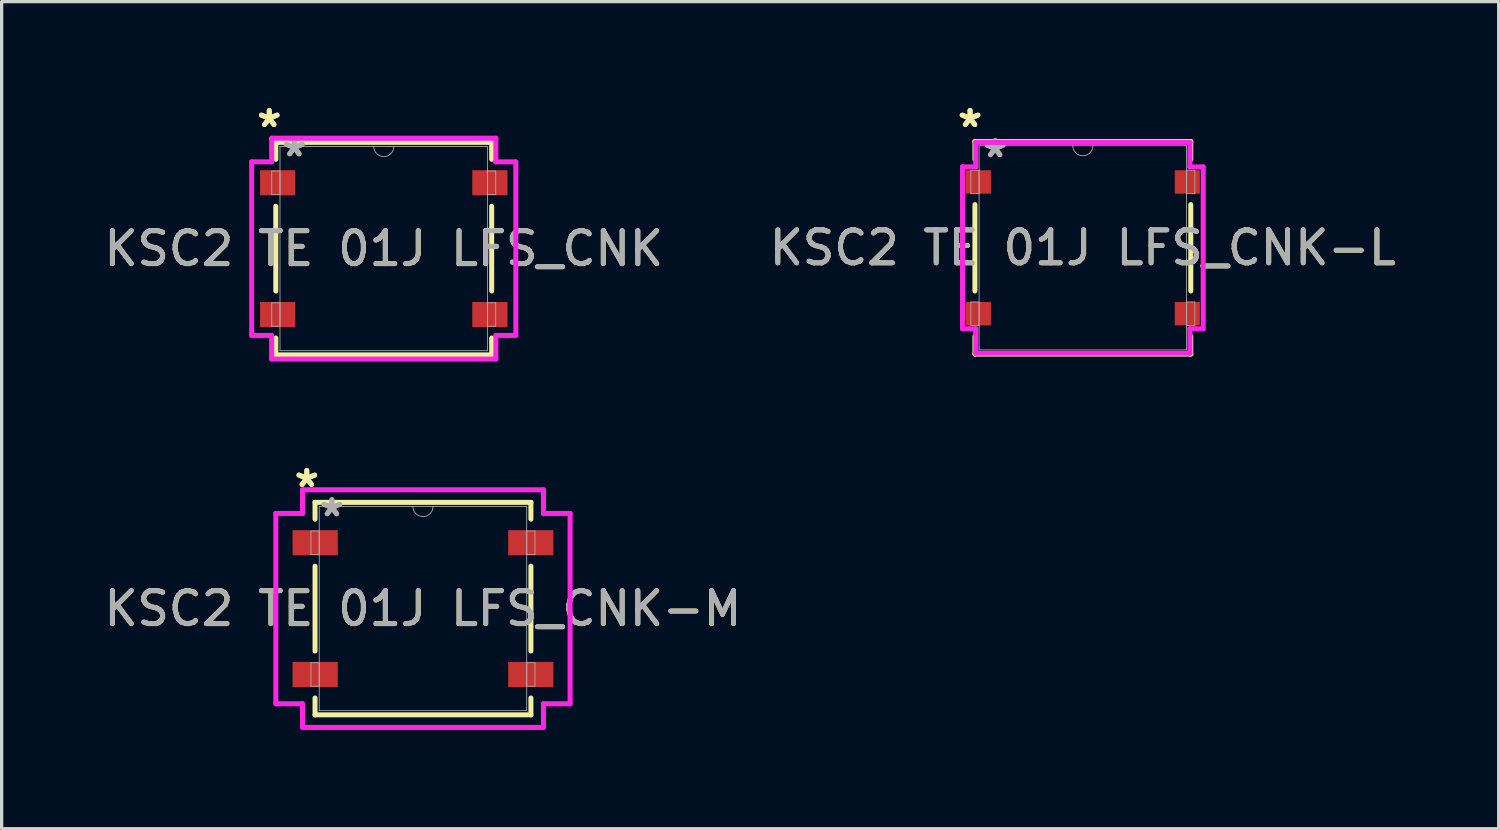
<source format=kicad_pcb>
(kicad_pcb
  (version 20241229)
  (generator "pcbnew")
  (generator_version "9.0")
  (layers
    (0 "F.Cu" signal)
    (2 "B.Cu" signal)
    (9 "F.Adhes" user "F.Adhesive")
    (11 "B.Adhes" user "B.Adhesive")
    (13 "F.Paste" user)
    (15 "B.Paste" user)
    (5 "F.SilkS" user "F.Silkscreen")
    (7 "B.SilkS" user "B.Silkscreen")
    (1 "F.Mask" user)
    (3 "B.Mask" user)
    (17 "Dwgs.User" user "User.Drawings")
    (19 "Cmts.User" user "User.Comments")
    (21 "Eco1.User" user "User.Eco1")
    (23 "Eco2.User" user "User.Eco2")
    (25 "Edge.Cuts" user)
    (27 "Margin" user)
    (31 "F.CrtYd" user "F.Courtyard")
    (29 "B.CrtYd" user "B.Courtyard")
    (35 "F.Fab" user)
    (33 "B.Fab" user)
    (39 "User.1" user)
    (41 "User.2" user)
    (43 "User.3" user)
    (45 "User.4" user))
  (footprint "KSC2 TE 01J LFS_CNK"
    (layer "F.Cu")
    (at 8.601 4.499)
    (property "Reference" "KSC2 TE 01J LFS_CNK" (at 0 0 0) (unlocked yes) (layer "F.SilkS") (effects (font (size 1 1) (thickness 0.15))))
    (attr smd)
    (fp_line (start -3.277 -3.226) (end -3.277 -2.714) (stroke (width 0.152) (type solid)) (layer "F.SilkS"))
    (fp_line (start -3.277 -1.286) (end -3.277 1.286) (stroke (width 0.152) (type solid)) (layer "F.SilkS"))
    (fp_line (start -3.277 2.714) (end -3.277 3.226) (stroke (width 0.152) (type solid)) (layer "F.SilkS"))
    (fp_line (start -3.277 3.226) (end 3.277 3.226) (stroke (width 0.152) (type solid)) (layer "F.SilkS"))
    (fp_line (start 3.277 -3.226) (end -3.277 -3.226) (stroke (width 0.152) (type solid)) (layer "F.SilkS"))
    (fp_line (start 3.277 -2.714) (end 3.277 -3.226) (stroke (width 0.152) (type solid)) (layer "F.SilkS"))
    (fp_line (start 3.277 1.286) (end 3.277 -1.286) (stroke (width 0.152) (type solid)) (layer "F.SilkS"))
    (fp_line (start 3.277 3.226) (end 3.277 2.714) (stroke (width 0.152) (type solid)) (layer "F.SilkS"))
    (fp_line (start -4.01 -2.635) (end -3.404 -2.635) (stroke (width 0.152) (type solid)) (layer "F.CrtYd"))
    (fp_line (start -4.01 2.635) (end -4.01 -2.635) (stroke (width 0.152) (type solid)) (layer "F.CrtYd"))
    (fp_line (start -4.01 2.635) (end -3.404 2.635) (stroke (width 0.152) (type solid)) (layer "F.CrtYd"))
    (fp_line (start -3.404 -3.353) (end 3.404 -3.353) (stroke (width 0.152) (type solid)) (layer "F.CrtYd"))
    (fp_line (start -3.404 -2.635) (end -3.404 -3.353) (stroke (width 0.152) (type solid)) (layer "F.CrtYd"))
    (fp_line (start -3.404 3.353) (end -3.404 2.635) (stroke (width 0.152) (type solid)) (layer "F.CrtYd"))
    (fp_line (start 3.404 -3.353) (end 3.404 -2.635) (stroke (width 0.152) (type solid)) (layer "F.CrtYd"))
    (fp_line (start 3.404 2.635) (end 3.404 3.353) (stroke (width 0.152) (type solid)) (layer "F.CrtYd"))
    (fp_line (start 3.404 3.353) (end -3.404 3.353) (stroke (width 0.152) (type solid)) (layer "F.CrtYd"))
    (fp_line (start 4.01 -2.635) (end 3.404 -2.635) (stroke (width 0.152) (type solid)) (layer "F.CrtYd"))
    (fp_line (start 4.01 -2.635) (end 4.01 2.635) (stroke (width 0.152) (type solid)) (layer "F.CrtYd"))
    (fp_line (start 4.01 2.635) (end 3.404 2.635) (stroke (width 0.152) (type solid)) (layer "F.CrtYd"))
    (fp_line (start -3.4 -2.356) (end -3.4 -1.644) (stroke (width 0.025) (type solid)) (layer "F.Fab"))
    (fp_line (start -3.4 -1.644) (end -3.15 -1.644) (stroke (width 0.025) (type solid)) (layer "F.Fab"))
    (fp_line (start -3.4 1.644) (end -3.4 2.356) (stroke (width 0.025) (type solid)) (layer "F.Fab"))
    (fp_line (start -3.4 2.356) (end -3.15 2.356) (stroke (width 0.025) (type solid)) (layer "F.Fab"))
    (fp_line (start -3.15 -3.099) (end -3.15 3.099) (stroke (width 0.025) (type solid)) (layer "F.Fab"))
    (fp_line (start -3.15 -2.356) (end -3.4 -2.356) (stroke (width 0.025) (type solid)) (layer "F.Fab"))
    (fp_line (start -3.15 -1.644) (end -3.15 -2.356) (stroke (width 0.025) (type solid)) (layer "F.Fab"))
    (fp_line (start -3.15 1.644) (end -3.4 1.644) (stroke (width 0.025) (type solid)) (layer "F.Fab"))
    (fp_line (start -3.15 2.356) (end -3.15 1.644) (stroke (width 0.025) (type solid)) (layer "F.Fab"))
    (fp_line (start -3.15 3.099) (end 3.15 3.099) (stroke (width 0.025) (type solid)) (layer "F.Fab"))
    (fp_line (start 3.15 -3.099) (end -3.15 -3.099) (stroke (width 0.025) (type solid)) (layer "F.Fab"))
    (fp_line (start 3.15 -2.356) (end 3.15 -1.644) (stroke (width 0.025) (type solid)) (layer "F.Fab"))
    (fp_line (start 3.15 -1.644) (end 3.4 -1.644) (stroke (width 0.025) (type solid)) (layer "F.Fab"))
    (fp_line (start 3.15 1.644) (end 3.15 2.356) (stroke (width 0.025) (type solid)) (layer "F.Fab"))
    (fp_line (start 3.15 2.356) (end 3.4 2.356) (stroke (width 0.025) (type solid)) (layer "F.Fab"))
    (fp_line (start 3.15 3.099) (end 3.15 -3.099) (stroke (width 0.025) (type solid)) (layer "F.Fab"))
    (fp_line (start 3.4 -2.356) (end 3.15 -2.356) (stroke (width 0.025) (type solid)) (layer "F.Fab"))
    (fp_line (start 3.4 -1.644) (end 3.4 -2.356) (stroke (width 0.025) (type solid)) (layer "F.Fab"))
    (fp_line (start 3.4 1.644) (end 3.15 1.644) (stroke (width 0.025) (type solid)) (layer "F.Fab"))
    (fp_line (start 3.4 2.356) (end 3.4 1.644) (stroke (width 0.025) (type solid)) (layer "F.Fab"))
    (fp_arc (start 0.3048 -3.0988) (mid 0 -2.794) (end -0.3048 -3.0988) (stroke (width 0.0254) (type solid)) (layer "F.Fab"))
    (fp_text user "*" (at -3.476 -3.651 0) (unlocked yes) (layer "F.SilkS") (effects (font (size 1 1) (thickness 0.15))))
    (fp_text user "*" (at -3.476 -3.651 0) (layer "F.SilkS") (effects (font (size 1 1) (thickness 0.15))))
    (fp_text user "*" (at -2.714 -2.762 0) (layer "F.Fab") (effects (font (size 1 1) (thickness 0.15))))
    (fp_text user "${REFERENCE}" (at 0 0 0) (unlocked yes) (layer "F.Fab") (effects (font (size 1 1) (thickness 0.15))))
    (fp_text user "*" (at -2.714 -2.762 0) (unlocked yes) (layer "F.Fab") (effects (font (size 1 1) (thickness 0.15))))
    (pad "1" smd rect (at -3.222 -2) (size 1.067 0.762) (layers "F.Cu" "F.Mask" "F.Paste"))
    (pad "2" smd rect (at -3.222 2) (size 1.067 0.762) (layers "F.Cu" "F.Mask" "F.Paste"))
    (pad "3" smd rect (at 3.222 2) (size 1.067 0.762) (layers "F.Cu" "F.Mask" "F.Paste"))
    (pad "4" smd rect (at 3.222 -2) (size 1.067 0.762) (layers "F.Cu" "F.Mask" "F.Paste")))
  (footprint "KSC2 TE 01J LFS_CNK-M"
    (layer "F.Cu")
    (at 9.792 15.428)
    (property "Reference" "KSC2 TE 01J LFS_CNK-M" (at 0 0 0) (unlocked yes) (layer "F.SilkS") (effects (font (size 1 1) (thickness 0.15))))
    (attr smd)
    (fp_line (start -3.277 -3.226) (end -3.277 -2.714) (stroke (width 0.152) (type solid)) (layer "F.SilkS"))
    (fp_line (start -3.277 -1.286) (end -3.277 1.286) (stroke (width 0.152) (type solid)) (layer "F.SilkS"))
    (fp_line (start -3.277 2.714) (end -3.277 3.226) (stroke (width 0.152) (type solid)) (layer "F.SilkS"))
    (fp_line (start -3.277 3.226) (end 3.277 3.226) (stroke (width 0.152) (type solid)) (layer "F.SilkS"))
    (fp_line (start 3.277 -3.226) (end -3.277 -3.226) (stroke (width 0.152) (type solid)) (layer "F.SilkS"))
    (fp_line (start 3.277 -2.714) (end 3.277 -3.226) (stroke (width 0.152) (type solid)) (layer "F.SilkS"))
    (fp_line (start 3.277 1.286) (end 3.277 -1.286) (stroke (width 0.152) (type solid)) (layer "F.SilkS"))
    (fp_line (start 3.277 3.226) (end 3.277 2.714) (stroke (width 0.152) (type solid)) (layer "F.SilkS"))
    (fp_line (start -4.467 -2.889) (end -3.658 -2.889) (stroke (width 0.152) (type solid)) (layer "F.CrtYd"))
    (fp_line (start -4.467 2.889) (end -4.467 -2.889) (stroke (width 0.152) (type solid)) (layer "F.CrtYd"))
    (fp_line (start -4.467 2.889) (end -3.658 2.889) (stroke (width 0.152) (type solid)) (layer "F.CrtYd"))
    (fp_line (start -3.658 -3.607) (end 3.658 -3.607) (stroke (width 0.152) (type solid)) (layer "F.CrtYd"))
    (fp_line (start -3.658 -2.889) (end -3.658 -3.607) (stroke (width 0.152) (type solid)) (layer "F.CrtYd"))
    (fp_line (start -3.658 3.607) (end -3.658 2.889) (stroke (width 0.152) (type solid)) (layer "F.CrtYd"))
    (fp_line (start 3.658 -3.607) (end 3.658 -2.889) (stroke (width 0.152) (type solid)) (layer "F.CrtYd"))
    (fp_line (start 3.658 2.889) (end 3.658 3.607) (stroke (width 0.152) (type solid)) (layer "F.CrtYd"))
    (fp_line (start 3.658 3.607) (end -3.658 3.607) (stroke (width 0.152) (type solid)) (layer "F.CrtYd"))
    (fp_line (start 4.467 -2.889) (end 3.658 -2.889) (stroke (width 0.152) (type solid)) (layer "F.CrtYd"))
    (fp_line (start 4.467 -2.889) (end 4.467 2.889) (stroke (width 0.152) (type solid)) (layer "F.CrtYd"))
    (fp_line (start 4.467 2.889) (end 3.658 2.889) (stroke (width 0.152) (type solid)) (layer "F.CrtYd"))
    (fp_line (start -3.4 -2.356) (end -3.4 -1.644) (stroke (width 0.025) (type solid)) (layer "F.Fab"))
    (fp_line (start -3.4 -1.644) (end -3.15 -1.644) (stroke (width 0.025) (type solid)) (layer "F.Fab"))
    (fp_line (start -3.4 1.644) (end -3.4 2.356) (stroke (width 0.025) (type solid)) (layer "F.Fab"))
    (fp_line (start -3.4 2.356) (end -3.15 2.356) (stroke (width 0.025) (type solid)) (layer "F.Fab"))
    (fp_line (start -3.15 -3.099) (end -3.15 3.099) (stroke (width 0.025) (type solid)) (layer "F.Fab"))
    (fp_line (start -3.15 -2.356) (end -3.4 -2.356) (stroke (width 0.025) (type solid)) (layer "F.Fab"))
    (fp_line (start -3.15 -1.644) (end -3.15 -2.356) (stroke (width 0.025) (type solid)) (layer "F.Fab"))
    (fp_line (start -3.15 1.644) (end -3.4 1.644) (stroke (width 0.025) (type solid)) (layer "F.Fab"))
    (fp_line (start -3.15 2.356) (end -3.15 1.644) (stroke (width 0.025) (type solid)) (layer "F.Fab"))
    (fp_line (start -3.15 3.099) (end 3.15 3.099) (stroke (width 0.025) (type solid)) (layer "F.Fab"))
    (fp_line (start 3.15 -3.099) (end -3.15 -3.099) (stroke (width 0.025) (type solid)) (layer "F.Fab"))
    (fp_line (start 3.15 -2.356) (end 3.15 -1.644) (stroke (width 0.025) (type solid)) (layer "F.Fab"))
    (fp_line (start 3.15 -1.644) (end 3.4 -1.644) (stroke (width 0.025) (type solid)) (layer "F.Fab"))
    (fp_line (start 3.15 1.644) (end 3.15 2.356) (stroke (width 0.025) (type solid)) (layer "F.Fab"))
    (fp_line (start 3.15 2.356) (end 3.4 2.356) (stroke (width 0.025) (type solid)) (layer "F.Fab"))
    (fp_line (start 3.15 3.099) (end 3.15 -3.099) (stroke (width 0.025) (type solid)) (layer "F.Fab"))
    (fp_line (start 3.4 -2.356) (end 3.15 -2.356) (stroke (width 0.025) (type solid)) (layer "F.Fab"))
    (fp_line (start 3.4 -1.644) (end 3.4 -2.356) (stroke (width 0.025) (type solid)) (layer "F.Fab"))
    (fp_line (start 3.4 1.644) (end 3.15 1.644) (stroke (width 0.025) (type solid)) (layer "F.Fab"))
    (fp_line (start 3.4 2.356) (end 3.4 1.644) (stroke (width 0.025) (type solid)) (layer "F.Fab"))
    (fp_arc (start 0.3048 -3.0988) (mid 0 -2.794) (end -0.3048 -3.0988) (stroke (width 0.0254) (type solid)) (layer "F.Fab"))
    (fp_text user "*" (at -3.527 -3.651 0) (layer "F.SilkS") (effects (font (size 1 1) (thickness 0.15))))
    (fp_text user "*" (at -3.527 -3.651 0) (unlocked yes) (layer "F.SilkS") (effects (font (size 1 1) (thickness 0.15))))
    (fp_text user "*" (at -2.765 -2.762 0) (unlocked yes) (layer "F.Fab") (effects (font (size 1 1) (thickness 0.15))))
    (fp_text user "*" (at -2.765 -2.762 0) (layer "F.Fab") (effects (font (size 1 1) (thickness 0.15))))
    (fp_text user "${REFERENCE}" (at 0 0 0) (unlocked yes) (layer "F.Fab") (effects (font (size 1 1) (thickness 0.15))))
    (pad "1" smd rect (at -3.273 -2) (size 1.372 0.762) (layers "F.Cu" "F.Mask" "F.Paste"))
    (pad "2" smd rect (at -3.273 2) (size 1.372 0.762) (layers "F.Cu" "F.Mask" "F.Paste"))
    (pad "3" smd rect (at 3.273 2) (size 1.372 0.762) (layers "F.Cu" "F.Mask" "F.Paste"))
    (pad "4" smd rect (at 3.273 -2) (size 1.372 0.762) (layers "F.Cu" "F.Mask" "F.Paste")))
  (footprint "KSC2 TE 01J LFS_CNK-L"
    (layer "F.Cu")
    (at 29.827 4.474)
    (property "Reference" "KSC2 TE 01J LFS_CNK-L" (at 0 0 0) (unlocked yes) (layer "F.SilkS") (effects (font (size 1 1) (thickness 0.15))))
    (attr smd)
    (fp_line (start -3.277 -3.226) (end -3.277 -2.688) (stroke (width 0.152) (type solid)) (layer "F.SilkS"))
    (fp_line (start -3.277 -1.312) (end -3.277 1.312) (stroke (width 0.152) (type solid)) (layer "F.SilkS"))
    (fp_line (start -3.277 2.688) (end -3.277 3.226) (stroke (width 0.152) (type solid)) (layer "F.SilkS"))
    (fp_line (start -3.277 3.226) (end 3.277 3.226) (stroke (width 0.152) (type solid)) (layer "F.SilkS"))
    (fp_line (start 3.277 -3.226) (end -3.277 -3.226) (stroke (width 0.152) (type solid)) (layer "F.SilkS"))
    (fp_line (start 3.277 -2.688) (end 3.277 -3.226) (stroke (width 0.152) (type solid)) (layer "F.SilkS"))
    (fp_line (start 3.277 1.312) (end 3.277 -1.312) (stroke (width 0.152) (type solid)) (layer "F.SilkS"))
    (fp_line (start 3.277 3.226) (end 3.277 2.688) (stroke (width 0.152) (type solid)) (layer "F.SilkS"))
    (fp_line (start -3.654 -2.457) (end -3.251 -2.457) (stroke (width 0.152) (type solid)) (layer "F.CrtYd"))
    (fp_line (start -3.654 2.457) (end -3.654 -2.457) (stroke (width 0.152) (type solid)) (layer "F.CrtYd"))
    (fp_line (start -3.654 2.457) (end -3.251 2.457) (stroke (width 0.152) (type solid)) (layer "F.CrtYd"))
    (fp_line (start -3.251 -3.2) (end 3.251 -3.2) (stroke (width 0.152) (type solid)) (layer "F.CrtYd"))
    (fp_line (start -3.251 -2.457) (end -3.251 -3.2) (stroke (width 0.152) (type solid)) (layer "F.CrtYd"))
    (fp_line (start -3.251 3.2) (end -3.251 2.457) (stroke (width 0.152) (type solid)) (layer "F.CrtYd"))
    (fp_line (start 3.251 -3.2) (end 3.251 -2.457) (stroke (width 0.152) (type solid)) (layer "F.CrtYd"))
    (fp_line (start 3.251 2.457) (end 3.251 3.2) (stroke (width 0.152) (type solid)) (layer "F.CrtYd"))
    (fp_line (start 3.251 3.2) (end -3.251 3.2) (stroke (width 0.152) (type solid)) (layer "F.CrtYd"))
    (fp_line (start 3.654 -2.457) (end 3.251 -2.457) (stroke (width 0.152) (type solid)) (layer "F.CrtYd"))
    (fp_line (start 3.654 -2.457) (end 3.654 2.457) (stroke (width 0.152) (type solid)) (layer "F.CrtYd"))
    (fp_line (start 3.654 2.457) (end 3.251 2.457) (stroke (width 0.152) (type solid)) (layer "F.CrtYd"))
    (fp_line (start -3.4 -2.356) (end -3.4 -1.644) (stroke (width 0.025) (type solid)) (layer "F.Fab"))
    (fp_line (start -3.4 -1.644) (end -3.15 -1.644) (stroke (width 0.025) (type solid)) (layer "F.Fab"))
    (fp_line (start -3.4 1.644) (end -3.4 2.356) (stroke (width 0.025) (type solid)) (layer "F.Fab"))
    (fp_line (start -3.4 2.356) (end -3.15 2.356) (stroke (width 0.025) (type solid)) (layer "F.Fab"))
    (fp_line (start -3.15 -3.099) (end -3.15 3.099) (stroke (width 0.025) (type solid)) (layer "F.Fab"))
    (fp_line (start -3.15 -2.356) (end -3.4 -2.356) (stroke (width 0.025) (type solid)) (layer "F.Fab"))
    (fp_line (start -3.15 -1.644) (end -3.15 -2.356) (stroke (width 0.025) (type solid)) (layer "F.Fab"))
    (fp_line (start -3.15 1.644) (end -3.4 1.644) (stroke (width 0.025) (type solid)) (layer "F.Fab"))
    (fp_line (start -3.15 2.356) (end -3.15 1.644) (stroke (width 0.025) (type solid)) (layer "F.Fab"))
    (fp_line (start -3.15 3.099) (end 3.15 3.099) (stroke (width 0.025) (type solid)) (layer "F.Fab"))
    (fp_line (start 3.15 -3.099) (end -3.15 -3.099) (stroke (width 0.025) (type solid)) (layer "F.Fab"))
    (fp_line (start 3.15 -2.356) (end 3.15 -1.644) (stroke (width 0.025) (type solid)) (layer "F.Fab"))
    (fp_line (start 3.15 -1.644) (end 3.4 -1.644) (stroke (width 0.025) (type solid)) (layer "F.Fab"))
    (fp_line (start 3.15 1.644) (end 3.15 2.356) (stroke (width 0.025) (type solid)) (layer "F.Fab"))
    (fp_line (start 3.15 2.356) (end 3.4 2.356) (stroke (width 0.025) (type solid)) (layer "F.Fab"))
    (fp_line (start 3.15 3.099) (end 3.15 -3.099) (stroke (width 0.025) (type solid)) (layer "F.Fab"))
    (fp_line (start 3.4 -2.356) (end 3.15 -2.356) (stroke (width 0.025) (type solid)) (layer "F.Fab"))
    (fp_line (start 3.4 -1.644) (end 3.4 -2.356) (stroke (width 0.025) (type solid)) (layer "F.Fab"))
    (fp_line (start 3.4 1.644) (end 3.15 1.644) (stroke (width 0.025) (type solid)) (layer "F.Fab"))
    (fp_line (start 3.4 2.356) (end 3.4 1.644) (stroke (width 0.025) (type solid)) (layer "F.Fab"))
    (fp_arc (start 0.3048 -3.0988) (mid 0 -2.794) (end -0.3048 -3.0988) (stroke (width 0.0254) (type solid)) (layer "F.Fab"))
    (fp_text user "*" (at -3.425 -3.626 0) (layer "F.SilkS") (effects (font (size 1 1) (thickness 0.15))))
    (fp_text user "*" (at -3.425 -3.626 0) (unlocked yes) (layer "F.SilkS") (effects (font (size 1 1) (thickness 0.15))))
    (fp_text user "${REFERENCE}" (at 0 0 0) (unlocked yes) (layer "F.Fab") (effects (font (size 1 1) (thickness 0.15))))
    (fp_text user "*" (at -2.663 -2.711 0) (layer "F.Fab") (effects (font (size 1 1) (thickness 0.15))))
    (fp_text user "*" (at -2.663 -2.711 0) (unlocked yes) (layer "F.Fab") (effects (font (size 1 1) (thickness 0.15))))
    (pad "1" smd rect (at -3.171 -2) (size 0.762 0.711) (layers "F.Cu" "F.Mask" "F.Paste"))
    (pad "2" smd rect (at -3.171 2) (size 0.762 0.711) (layers "F.Cu" "F.Mask" "F.Paste"))
    (pad "3" smd rect (at 3.171 2) (size 0.762 0.711) (layers "F.Cu" "F.Mask" "F.Paste"))
    (pad "4" smd rect (at 3.171 -2) (size 0.762 0.711) (layers "F.Cu" "F.Mask" "F.Paste")))
  (gr_rect
    (start -3 -3)
    (end 42.452 22.11)
    (stroke (width 0.1) (type default))
    (fill no)
    (layer "Edge.Cuts")))
</source>
